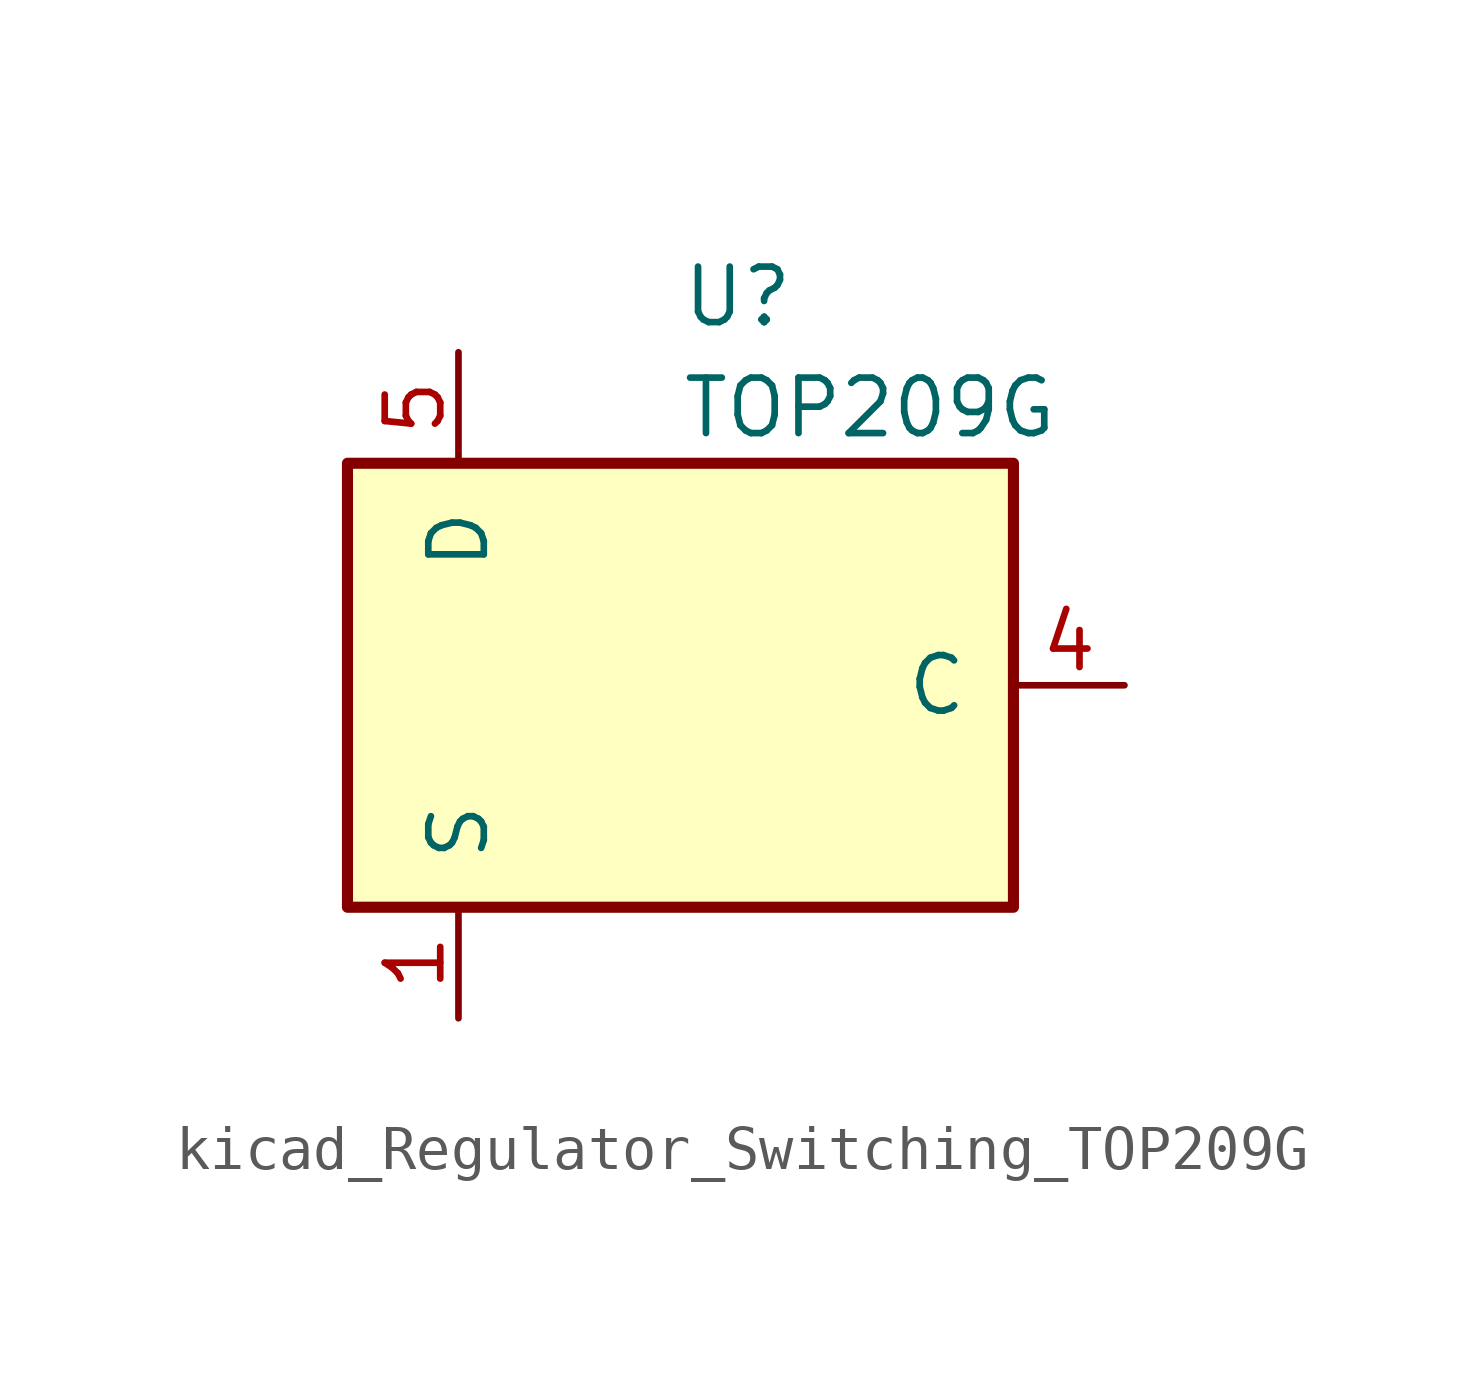
<source format=kicad_sym>
(kicad_symbol_lib
  (version 20220914)
  (generator kicad_symbol_editor)
  (symbol "kicad_Regulator_Switching_TOP209G"
    (pin_names
      (offset 1.016))
    (property "Reference" "U"
      (at 0 8.89 0)
      (effects (font (size 1.27 1.27)) (justify left)))
    (property "Value" "TOP209G"
      (at 0 6.35 0)
      (effects (font (size 1.27 1.27)) (justify left)))
    (symbol "kicad_Regulator_Switching_TOP209G_0_1"
      (rectangle (start -7.62 5.08) (end 7.62 -5.08) (stroke (width 0.254) (type default)) (fill (type background))))
    (symbol "kicad_Regulator_Switching_TOP209G_1_1"
      (pin power_in line (at -5.08 -7.62 90) (length 2.54) (name "S" (effects (font (size 1.27 1.27)))) (number "1" (effects (font (size 1.27 1.27)))))
      (pin no_connect line (at -2.54 -5.08 90) (length 2.54) hide (name "NC" (effects (font (size 1.27 1.27)))) (number "2" (effects (font (size 1.27 1.27)))))
      (pin no_connect line (at 0 -5.08 90) (length 2.54) hide (name "NC" (effects (font (size 1.27 1.27)))) (number "3" (effects (font (size 1.27 1.27)))))
      (pin input line (at 10.16 0 180) (length 2.54) (name "C" (effects (font (size 1.27 1.27)))) (number "4" (effects (font (size 1.27 1.27)))))
      (pin open_collector line (at -5.08 7.62 270) (length 2.54) (name "D" (effects (font (size 1.27 1.27)))) (number "5" (effects (font (size 1.27 1.27)))))
      (pin no_connect line (at 2.54 -5.08 90) (length 2.54) hide (name "NC" (effects (font (size 1.27 1.27)))) (number "6" (effects (font (size 1.27 1.27)))))
      (pin no_connect line (at 5.08 -5.08 90) (length 2.54) hide (name "NC" (effects (font (size 1.27 1.27)))) (number "7" (effects (font (size 1.27 1.27)))))
      (pin passive line (at -5.08 -7.62 90) (length 2.54) hide (name "S" (effects (font (size 1.27 1.27)))) (number "8" (effects (font (size 1.27 1.27))))))))
</source>
